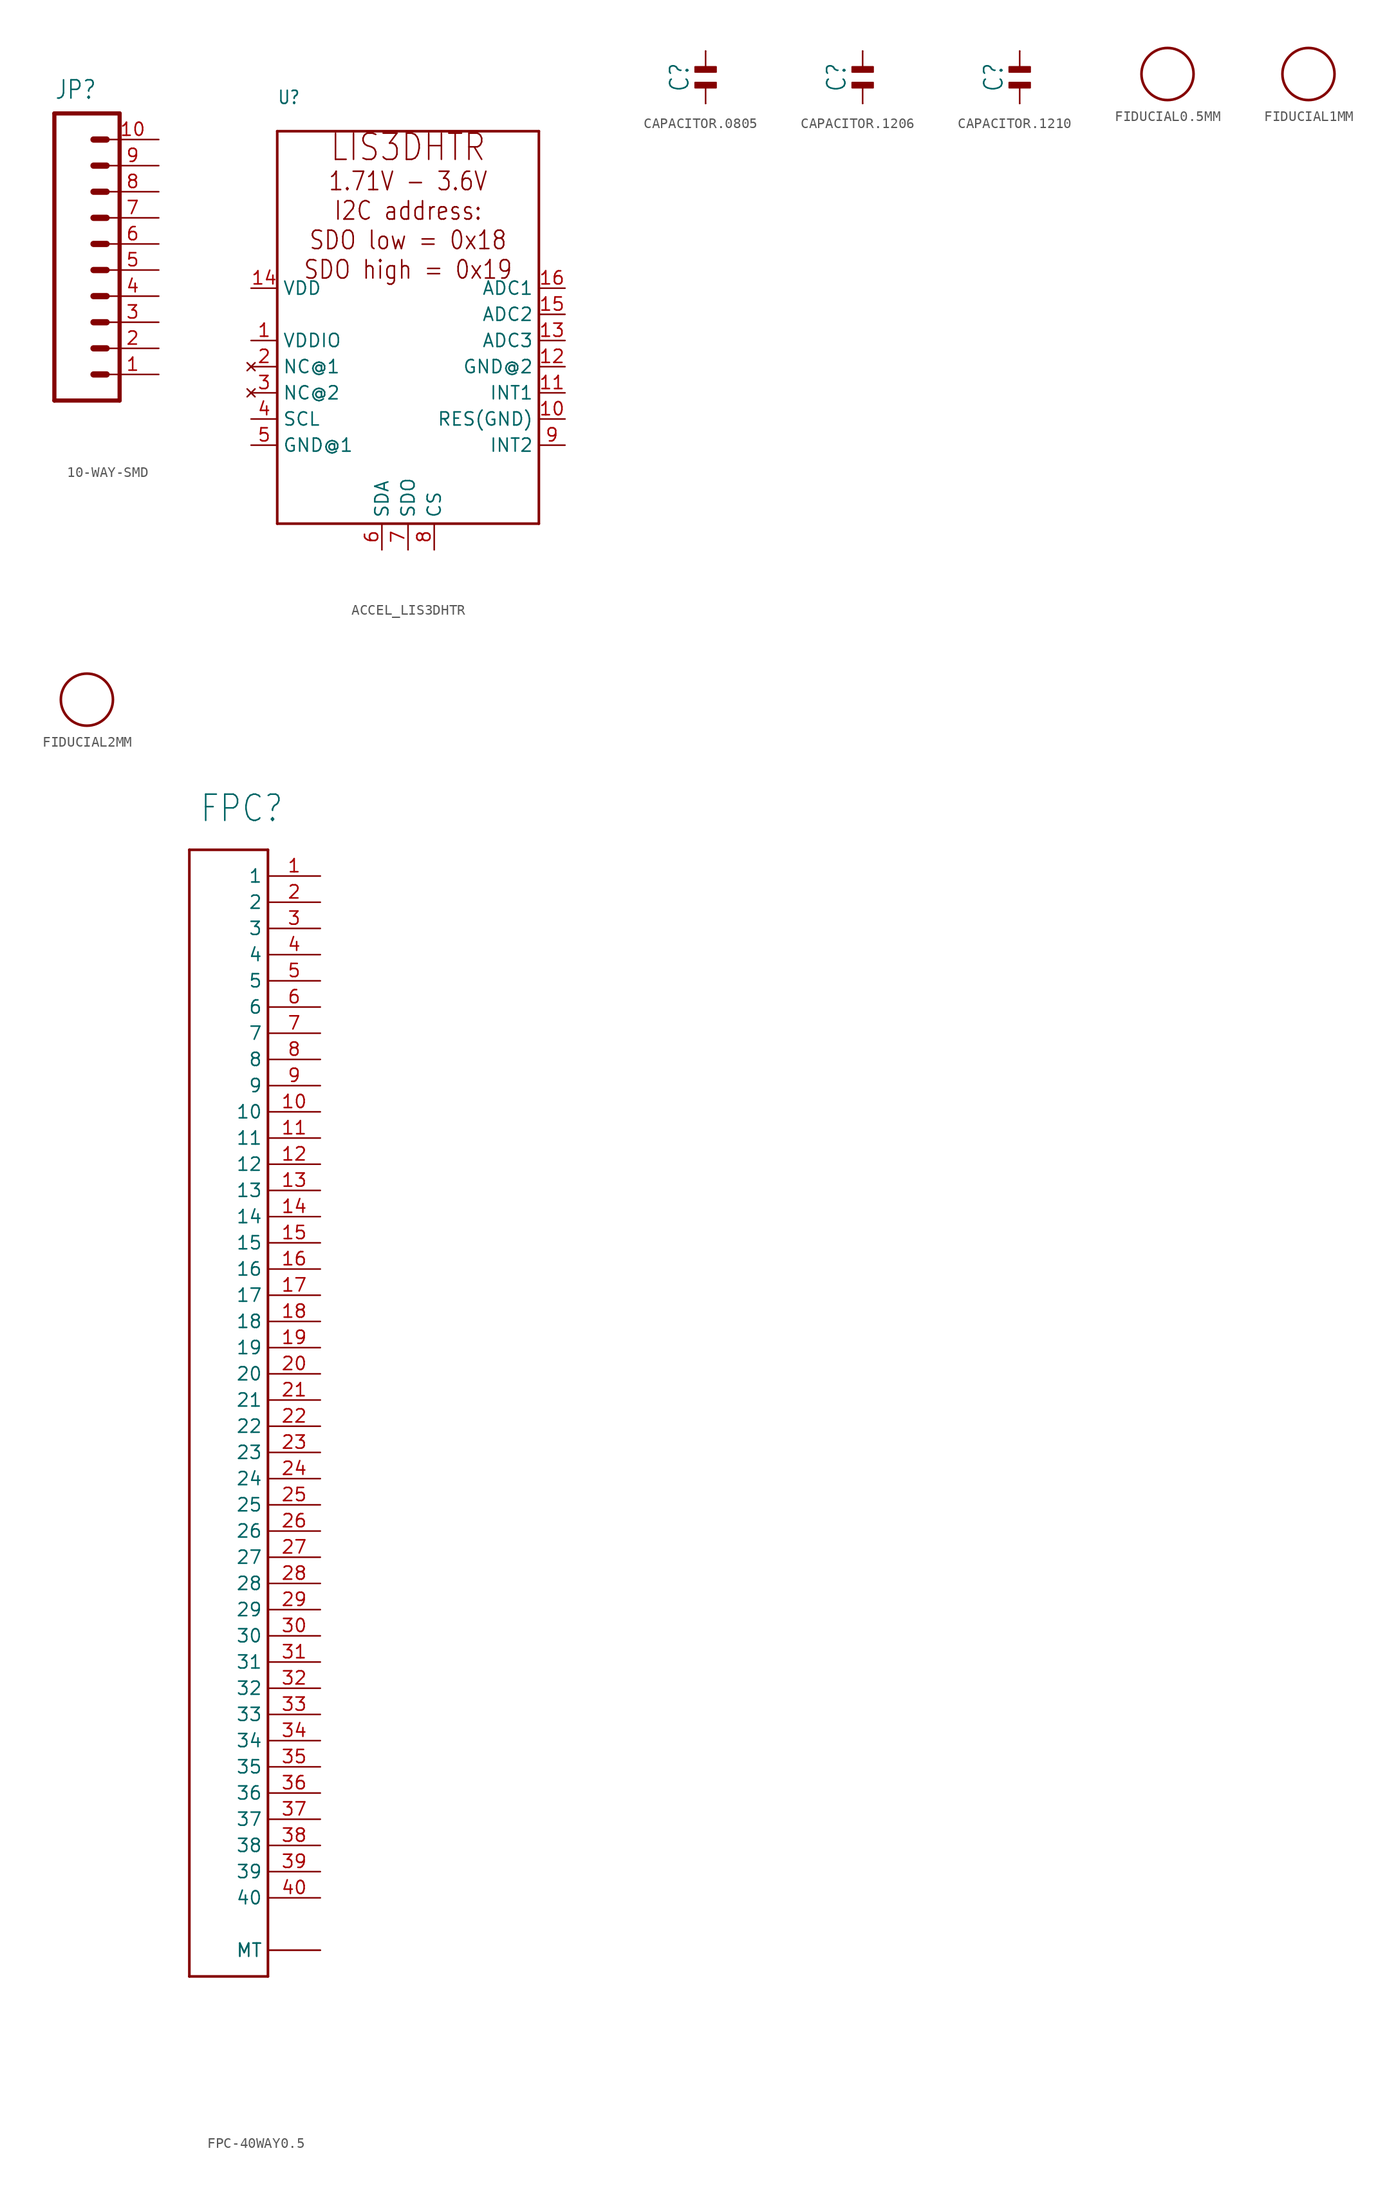
<source format=kicad_sym>
(kicad_symbol_lib
  (version 20220914)
  (generator kicad_symbol_editor)
  (symbol "10-WAY-SMD"
    (property "Reference" "JP"
      (at 0 8.89 0)
      (effects (font (size 1.778 1.511)) (justify left bottom)))
    (property "Value" ""
      (at 0 -22.86 0)
      (effects (font (size 1.778 1.511)) (justify left bottom)))
    (property "ki_locked" ""
      (at 0 0 0)
      (effects (font (size 1.27 1.27))))
    (symbol "10-WAY-SMD_1_0"
      (polyline (pts (xy 0 7.62) (xy 0 -20.32)) (stroke (width 0.406) (type solid)) (fill (type none)))
      (polyline (pts (xy 0 7.62) (xy 6.35 7.62)) (stroke (width 0.406) (type solid)) (fill (type none)))
      (polyline (pts (xy 3.81 -17.78) (xy 5.08 -17.78)) (stroke (width 0.61) (type solid)) (fill (type none)))
      (polyline (pts (xy 3.81 -15.24) (xy 5.08 -15.24)) (stroke (width 0.61) (type solid)) (fill (type none)))
      (polyline (pts (xy 3.81 -12.7) (xy 5.08 -12.7)) (stroke (width 0.61) (type solid)) (fill (type none)))
      (polyline (pts (xy 3.81 -10.16) (xy 5.08 -10.16)) (stroke (width 0.61) (type solid)) (fill (type none)))
      (polyline (pts (xy 3.81 -7.62) (xy 5.08 -7.62)) (stroke (width 0.61) (type solid)) (fill (type none)))
      (polyline (pts (xy 3.81 -5.08) (xy 5.08 -5.08)) (stroke (width 0.61) (type solid)) (fill (type none)))
      (polyline (pts (xy 3.81 -2.54) (xy 5.08 -2.54)) (stroke (width 0.61) (type solid)) (fill (type none)))
      (polyline (pts (xy 3.81 0) (xy 5.08 0)) (stroke (width 0.61) (type solid)) (fill (type none)))
      (polyline (pts (xy 3.81 2.54) (xy 5.08 2.54)) (stroke (width 0.61) (type solid)) (fill (type none)))
      (polyline (pts (xy 3.81 5.08) (xy 5.08 5.08)) (stroke (width 0.61) (type solid)) (fill (type none)))
      (polyline (pts (xy 6.35 -20.32) (xy 0 -20.32)) (stroke (width 0.406) (type solid)) (fill (type none)))
      (polyline (pts (xy 6.35 -20.32) (xy 6.35 7.62)) (stroke (width 0.406) (type solid)) (fill (type none)))
      (pin passive line (at 10.16 -17.78 180) (length 5.08) (name "1" (effects (font (size 0 0)))) (number "1" (effects (font (size 1.27 1.27)))))
      (pin passive line (at 10.16 5.08 180) (length 5.08) (name "10" (effects (font (size 0 0)))) (number "10" (effects (font (size 1.27 1.27)))))
      (pin passive line (at 10.16 -15.24 180) (length 5.08) (name "2" (effects (font (size 0 0)))) (number "2" (effects (font (size 1.27 1.27)))))
      (pin passive line (at 10.16 -12.7 180) (length 5.08) (name "3" (effects (font (size 0 0)))) (number "3" (effects (font (size 1.27 1.27)))))
      (pin passive line (at 10.16 -10.16 180) (length 5.08) (name "4" (effects (font (size 0 0)))) (number "4" (effects (font (size 1.27 1.27)))))
      (pin passive line (at 10.16 -7.62 180) (length 5.08) (name "5" (effects (font (size 0 0)))) (number "5" (effects (font (size 1.27 1.27)))))
      (pin passive line (at 10.16 -5.08 180) (length 5.08) (name "6" (effects (font (size 0 0)))) (number "6" (effects (font (size 1.27 1.27)))))
      (pin passive line (at 10.16 -2.54 180) (length 5.08) (name "7" (effects (font (size 0 0)))) (number "7" (effects (font (size 1.27 1.27)))))
      (pin passive line (at 10.16 0 180) (length 5.08) (name "8" (effects (font (size 0 0)))) (number "8" (effects (font (size 1.27 1.27)))))
      (pin passive line (at 10.16 2.54 180) (length 5.08) (name "9" (effects (font (size 0 0)))) (number "9" (effects (font (size 1.27 1.27)))))))
  (symbol "ACCEL_LIS3DHTR"
    (property "Reference" "U"
      (at -12.7 27.94 0)
      (effects (font (size 1.27 1.079)) (justify left bottom)))
    (property "ki_locked" ""
      (at 0 0 0)
      (effects (font (size 1.27 1.27))))
    (symbol "ACCEL_LIS3DHTR_1_0"
      (polyline (pts (xy -12.7 -12.7) (xy -12.7 25.4)) (stroke (width 0.254) (type solid)) (fill (type none)))
      (polyline (pts (xy -12.7 25.4) (xy 12.7 25.4)) (stroke (width 0.254) (type solid)) (fill (type none)))
      (polyline (pts (xy 12.7 -12.7) (xy -12.7 -12.7)) (stroke (width 0.254) (type solid)) (fill (type none)))
      (polyline (pts (xy 12.7 25.4) (xy 12.7 -12.7)) (stroke (width 0.254) (type solid)) (fill (type none)))
      (text "1.71V - 3.6V\nI2C address:\nSDO low = 0x18\nSDO high = 0x19" (at 0 21.59 0) (effects (font (size 1.778 1.511)) (justify top)))
      (text "LIS3DHTR" (at 0 22.352 0) (effects (font (size 2.54 2.159)) (justify bottom)))
      (pin power_in line (at -15.24 5.08 0) (length 2.54) (name "VDDIO" (effects (font (size 1.27 1.27)))) (number "1" (effects (font (size 1.27 1.27)))))
      (pin bidirectional line (at 15.24 -2.54 180) (length 2.54) (name "RES(GND)" (effects (font (size 1.27 1.27)))) (number "10" (effects (font (size 1.27 1.27)))))
      (pin output line (at 15.24 0 180) (length 2.54) (name "INT1" (effects (font (size 1.27 1.27)))) (number "11" (effects (font (size 1.27 1.27)))))
      (pin power_in line (at 15.24 2.54 180) (length 2.54) (name "GND@2" (effects (font (size 1.27 1.27)))) (number "12" (effects (font (size 1.27 1.27)))))
      (pin input line (at 15.24 5.08 180) (length 2.54) (name "ADC3" (effects (font (size 1.27 1.27)))) (number "13" (effects (font (size 1.27 1.27)))))
      (pin power_in line (at -15.24 10.16 0) (length 2.54) (name "VDD" (effects (font (size 1.27 1.27)))) (number "14" (effects (font (size 1.27 1.27)))))
      (pin input line (at 15.24 7.62 180) (length 2.54) (name "ADC2" (effects (font (size 1.27 1.27)))) (number "15" (effects (font (size 1.27 1.27)))))
      (pin input line (at 15.24 10.16 180) (length 2.54) (name "ADC1" (effects (font (size 1.27 1.27)))) (number "16" (effects (font (size 1.27 1.27)))))
      (pin no_connect line (at -15.24 2.54 0) (length 2.54) (name "NC@1" (effects (font (size 1.27 1.27)))) (number "2" (effects (font (size 1.27 1.27)))))
      (pin no_connect line (at -15.24 0 0) (length 2.54) (name "NC@2" (effects (font (size 1.27 1.27)))) (number "3" (effects (font (size 1.27 1.27)))))
      (pin bidirectional line (at -15.24 -2.54 0) (length 2.54) (name "SCL" (effects (font (size 1.27 1.27)))) (number "4" (effects (font (size 1.27 1.27)))))
      (pin power_in line (at -15.24 -5.08 0) (length 2.54) (name "GND@1" (effects (font (size 1.27 1.27)))) (number "5" (effects (font (size 1.27 1.27)))))
      (pin bidirectional line (at -2.54 -15.24 90) (length 2.54) (name "SDA" (effects (font (size 1.27 1.27)))) (number "6" (effects (font (size 1.27 1.27)))))
      (pin bidirectional line (at 0 -15.24 90) (length 2.54) (name "SDO" (effects (font (size 1.27 1.27)))) (number "7" (effects (font (size 1.27 1.27)))))
      (pin input line (at 2.54 -15.24 90) (length 2.54) (name "CS" (effects (font (size 1.27 1.27)))) (number "8" (effects (font (size 1.27 1.27)))))
      (pin output line (at 15.24 -5.08 180) (length 2.54) (name "INT2" (effects (font (size 1.27 1.27)))) (number "9" (effects (font (size 1.27 1.27)))))))
  (symbol "CAPACITOR.0805"
    (property "Reference" "C"
      (at -2.54 0 90)
      (effects (font (size 1.778 1.511))))
    (property "Value" ""
      (at 2.54 0 90)
      (effects (font (size 1.778 1.511))))
    (property "ki_locked" ""
      (at 0 0 0)
      (effects (font (size 1.27 1.27))))
    (symbol "CAPACITOR.0805_1_0"
      (polyline (pts (xy 0 -0.889) (xy 0 -2.54)) (stroke (width 0.152) (type solid)) (fill (type none)))
      (polyline (pts (xy 0 2.54) (xy 0 0.889)) (stroke (width 0.152) (type solid)) (fill (type none)))
      (rectangle (start 1.016 -1.016) (end -1.016 -0.508) (stroke (width 0) (type default)) (fill (type outline)))
      (rectangle (start 1.016 0.508) (end -1.016 1.016) (stroke (width 0) (type default)) (fill (type outline)))
      (pin bidirectional line (at 0 2.54 270) (length 0) (name "1" (effects (font (size 0 0)))) (number "1" (effects (font (size 0 0)))))
      (pin bidirectional line (at 0 -2.54 90) (length 0) (name "2" (effects (font (size 0 0)))) (number "2" (effects (font (size 0 0)))))))
  (symbol "CAPACITOR.1206"
    (property "Reference" "C"
      (at -2.54 0 90)
      (effects (font (size 1.778 1.511))))
    (property "Value" ""
      (at 2.54 0 90)
      (effects (font (size 1.778 1.511))))
    (property "ki_locked" ""
      (at 0 0 0)
      (effects (font (size 1.27 1.27))))
    (symbol "CAPACITOR.1206_1_0"
      (polyline (pts (xy 0 -0.889) (xy 0 -2.54)) (stroke (width 0.152) (type solid)) (fill (type none)))
      (polyline (pts (xy 0 2.54) (xy 0 0.889)) (stroke (width 0.152) (type solid)) (fill (type none)))
      (rectangle (start 1.016 -1.016) (end -1.016 -0.508) (stroke (width 0) (type default)) (fill (type outline)))
      (rectangle (start 1.016 0.508) (end -1.016 1.016) (stroke (width 0) (type default)) (fill (type outline)))
      (pin bidirectional line (at 0 2.54 270) (length 0) (name "1" (effects (font (size 0 0)))) (number "1" (effects (font (size 0 0)))))
      (pin bidirectional line (at 0 -2.54 90) (length 0) (name "2" (effects (font (size 0 0)))) (number "2" (effects (font (size 0 0)))))))
  (symbol "CAPACITOR.1210"
    (property "Reference" "C"
      (at -2.54 0 90)
      (effects (font (size 1.778 1.511))))
    (property "Value" ""
      (at 2.54 0 90)
      (effects (font (size 1.778 1.511))))
    (property "ki_locked" ""
      (at 0 0 0)
      (effects (font (size 1.27 1.27))))
    (symbol "CAPACITOR.1210_1_0"
      (polyline (pts (xy 0 -0.889) (xy 0 -2.54)) (stroke (width 0.152) (type solid)) (fill (type none)))
      (polyline (pts (xy 0 2.54) (xy 0 0.889)) (stroke (width 0.152) (type solid)) (fill (type none)))
      (rectangle (start 1.016 -1.016) (end -1.016 -0.508) (stroke (width 0) (type default)) (fill (type outline)))
      (rectangle (start 1.016 0.508) (end -1.016 1.016) (stroke (width 0) (type default)) (fill (type outline)))
      (pin bidirectional line (at 0 2.54 270) (length 0) (name "1" (effects (font (size 0 0)))) (number "1" (effects (font (size 0 0)))))
      (pin bidirectional line (at 0 -2.54 90) (length 0) (name "2" (effects (font (size 0 0)))) (number "2" (effects (font (size 0 0)))))))
  (symbol "FIDUCIAL0.5MM"
    (property "Reference" ""
      (at 0 0 0)
      (effects (font (size 1.27 1.27)) hide))
    (property "ki_locked" ""
      (at 0 0 0)
      (effects (font (size 1.27 1.27))))
    (symbol "FIDUCIAL0.5MM_1_0"
      (circle (center 0 0) (radius 2.54) (stroke (width 0.254) (type solid)) (fill (type none)))))
  (symbol "FIDUCIAL1MM"
    (property "Reference" ""
      (at 0 0 0)
      (effects (font (size 1.27 1.27)) hide))
    (property "ki_locked" ""
      (at 0 0 0)
      (effects (font (size 1.27 1.27))))
    (symbol "FIDUCIAL1MM_1_0"
      (circle (center 0 0) (radius 2.54) (stroke (width 0.254) (type solid)) (fill (type none)))))
  (symbol "FIDUCIAL2MM"
    (property "Reference" ""
      (at 0 0 0)
      (effects (font (size 1.27 1.27)) hide))
    (property "ki_locked" ""
      (at 0 0 0)
      (effects (font (size 1.27 1.27))))
    (symbol "FIDUCIAL2MM_1_0"
      (circle (center 0 0) (radius 2.54) (stroke (width 0.254) (type solid)) (fill (type none)))))
  (symbol "FPC-40WAY0.5"
    (property "Reference" "FPC"
      (at -2.54 5.08 0)
      (effects (font (size 2.54 2.159)) (justify bottom)))
    (property "Value" ""
      (at -2.54 -109.22 0)
      (effects (font (size 2.54 2.159)) (justify top)))
    (property "ki_locked" ""
      (at 0 0 0)
      (effects (font (size 1.27 1.27))))
    (symbol "FPC-40WAY0.5_1_0"
      (polyline (pts (xy -7.62 -106.68) (xy 0 -106.68)) (stroke (width 0.254) (type solid)) (fill (type none)))
      (polyline (pts (xy -7.62 2.54) (xy -7.62 -106.68)) (stroke (width 0.254) (type solid)) (fill (type none)))
      (polyline (pts (xy 0 2.54) (xy -7.62 2.54)) (stroke (width 0.254) (type solid)) (fill (type none)))
      (polyline (pts (xy 0 2.54) (xy 0 -106.68)) (stroke (width 0.254) (type solid)) (fill (type none)))
      (pin bidirectional line (at 5.08 0 180) (length 5.08) (name "1" (effects (font (size 1.27 1.27)))) (number "1" (effects (font (size 1.27 1.27)))))
      (pin bidirectional line (at 5.08 -22.86 180) (length 5.08) (name "10" (effects (font (size 1.27 1.27)))) (number "10" (effects (font (size 1.27 1.27)))))
      (pin bidirectional line (at 5.08 -25.4 180) (length 5.08) (name "11" (effects (font (size 1.27 1.27)))) (number "11" (effects (font (size 1.27 1.27)))))
      (pin bidirectional line (at 5.08 -27.94 180) (length 5.08) (name "12" (effects (font (size 1.27 1.27)))) (number "12" (effects (font (size 1.27 1.27)))))
      (pin bidirectional line (at 5.08 -30.48 180) (length 5.08) (name "13" (effects (font (size 1.27 1.27)))) (number "13" (effects (font (size 1.27 1.27)))))
      (pin bidirectional line (at 5.08 -33.02 180) (length 5.08) (name "14" (effects (font (size 1.27 1.27)))) (number "14" (effects (font (size 1.27 1.27)))))
      (pin bidirectional line (at 5.08 -35.56 180) (length 5.08) (name "15" (effects (font (size 1.27 1.27)))) (number "15" (effects (font (size 1.27 1.27)))))
      (pin bidirectional line (at 5.08 -38.1 180) (length 5.08) (name "16" (effects (font (size 1.27 1.27)))) (number "16" (effects (font (size 1.27 1.27)))))
      (pin bidirectional line (at 5.08 -40.64 180) (length 5.08) (name "17" (effects (font (size 1.27 1.27)))) (number "17" (effects (font (size 1.27 1.27)))))
      (pin bidirectional line (at 5.08 -43.18 180) (length 5.08) (name "18" (effects (font (size 1.27 1.27)))) (number "18" (effects (font (size 1.27 1.27)))))
      (pin bidirectional line (at 5.08 -45.72 180) (length 5.08) (name "19" (effects (font (size 1.27 1.27)))) (number "19" (effects (font (size 1.27 1.27)))))
      (pin bidirectional line (at 5.08 -2.54 180) (length 5.08) (name "2" (effects (font (size 1.27 1.27)))) (number "2" (effects (font (size 1.27 1.27)))))
      (pin bidirectional line (at 5.08 -48.26 180) (length 5.08) (name "20" (effects (font (size 1.27 1.27)))) (number "20" (effects (font (size 1.27 1.27)))))
      (pin bidirectional line (at 5.08 -50.8 180) (length 5.08) (name "21" (effects (font (size 1.27 1.27)))) (number "21" (effects (font (size 1.27 1.27)))))
      (pin bidirectional line (at 5.08 -53.34 180) (length 5.08) (name "22" (effects (font (size 1.27 1.27)))) (number "22" (effects (font (size 1.27 1.27)))))
      (pin bidirectional line (at 5.08 -55.88 180) (length 5.08) (name "23" (effects (font (size 1.27 1.27)))) (number "23" (effects (font (size 1.27 1.27)))))
      (pin bidirectional line (at 5.08 -58.42 180) (length 5.08) (name "24" (effects (font (size 1.27 1.27)))) (number "24" (effects (font (size 1.27 1.27)))))
      (pin bidirectional line (at 5.08 -60.96 180) (length 5.08) (name "25" (effects (font (size 1.27 1.27)))) (number "25" (effects (font (size 1.27 1.27)))))
      (pin bidirectional line (at 5.08 -63.5 180) (length 5.08) (name "26" (effects (font (size 1.27 1.27)))) (number "26" (effects (font (size 1.27 1.27)))))
      (pin bidirectional line (at 5.08 -66.04 180) (length 5.08) (name "27" (effects (font (size 1.27 1.27)))) (number "27" (effects (font (size 1.27 1.27)))))
      (pin bidirectional line (at 5.08 -68.58 180) (length 5.08) (name "28" (effects (font (size 1.27 1.27)))) (number "28" (effects (font (size 1.27 1.27)))))
      (pin bidirectional line (at 5.08 -71.12 180) (length 5.08) (name "29" (effects (font (size 1.27 1.27)))) (number "29" (effects (font (size 1.27 1.27)))))
      (pin bidirectional line (at 5.08 -5.08 180) (length 5.08) (name "3" (effects (font (size 1.27 1.27)))) (number "3" (effects (font (size 1.27 1.27)))))
      (pin bidirectional line (at 5.08 -73.66 180) (length 5.08) (name "30" (effects (font (size 1.27 1.27)))) (number "30" (effects (font (size 1.27 1.27)))))
      (pin bidirectional line (at 5.08 -76.2 180) (length 5.08) (name "31" (effects (font (size 1.27 1.27)))) (number "31" (effects (font (size 1.27 1.27)))))
      (pin bidirectional line (at 5.08 -78.74 180) (length 5.08) (name "32" (effects (font (size 1.27 1.27)))) (number "32" (effects (font (size 1.27 1.27)))))
      (pin bidirectional line (at 5.08 -81.28 180) (length 5.08) (name "33" (effects (font (size 1.27 1.27)))) (number "33" (effects (font (size 1.27 1.27)))))
      (pin bidirectional line (at 5.08 -83.82 180) (length 5.08) (name "34" (effects (font (size 1.27 1.27)))) (number "34" (effects (font (size 1.27 1.27)))))
      (pin bidirectional line (at 5.08 -86.36 180) (length 5.08) (name "35" (effects (font (size 1.27 1.27)))) (number "35" (effects (font (size 1.27 1.27)))))
      (pin bidirectional line (at 5.08 -88.9 180) (length 5.08) (name "36" (effects (font (size 1.27 1.27)))) (number "36" (effects (font (size 1.27 1.27)))))
      (pin bidirectional line (at 5.08 -91.44 180) (length 5.08) (name "37" (effects (font (size 1.27 1.27)))) (number "37" (effects (font (size 1.27 1.27)))))
      (pin bidirectional line (at 5.08 -93.98 180) (length 5.08) (name "38" (effects (font (size 1.27 1.27)))) (number "38" (effects (font (size 1.27 1.27)))))
      (pin bidirectional line (at 5.08 -96.52 180) (length 5.08) (name "39" (effects (font (size 1.27 1.27)))) (number "39" (effects (font (size 1.27 1.27)))))
      (pin bidirectional line (at 5.08 -7.62 180) (length 5.08) (name "4" (effects (font (size 1.27 1.27)))) (number "4" (effects (font (size 1.27 1.27)))))
      (pin bidirectional line (at 5.08 -99.06 180) (length 5.08) (name "40" (effects (font (size 1.27 1.27)))) (number "40" (effects (font (size 1.27 1.27)))))
      (pin bidirectional line (at 5.08 -10.16 180) (length 5.08) (name "5" (effects (font (size 1.27 1.27)))) (number "5" (effects (font (size 1.27 1.27)))))
      (pin bidirectional line (at 5.08 -12.7 180) (length 5.08) (name "6" (effects (font (size 1.27 1.27)))) (number "6" (effects (font (size 1.27 1.27)))))
      (pin bidirectional line (at 5.08 -15.24 180) (length 5.08) (name "7" (effects (font (size 1.27 1.27)))) (number "7" (effects (font (size 1.27 1.27)))))
      (pin bidirectional line (at 5.08 -17.78 180) (length 5.08) (name "8" (effects (font (size 1.27 1.27)))) (number "8" (effects (font (size 1.27 1.27)))))
      (pin bidirectional line (at 5.08 -20.32 180) (length 5.08) (name "9" (effects (font (size 1.27 1.27)))) (number "9" (effects (font (size 1.27 1.27)))))
      (pin bidirectional line (at 5.08 -104.14 180) (length 5.08) (name "MT" (effects (font (size 1.27 1.27)))) (number "MT1" (effects (font (size 0 0)))))
      (pin bidirectional line (at 5.08 -104.14 180) (length 5.08) (name "MT" (effects (font (size 1.27 1.27)))) (number "MT2" (effects (font (size 0 0))))))))
</source>
